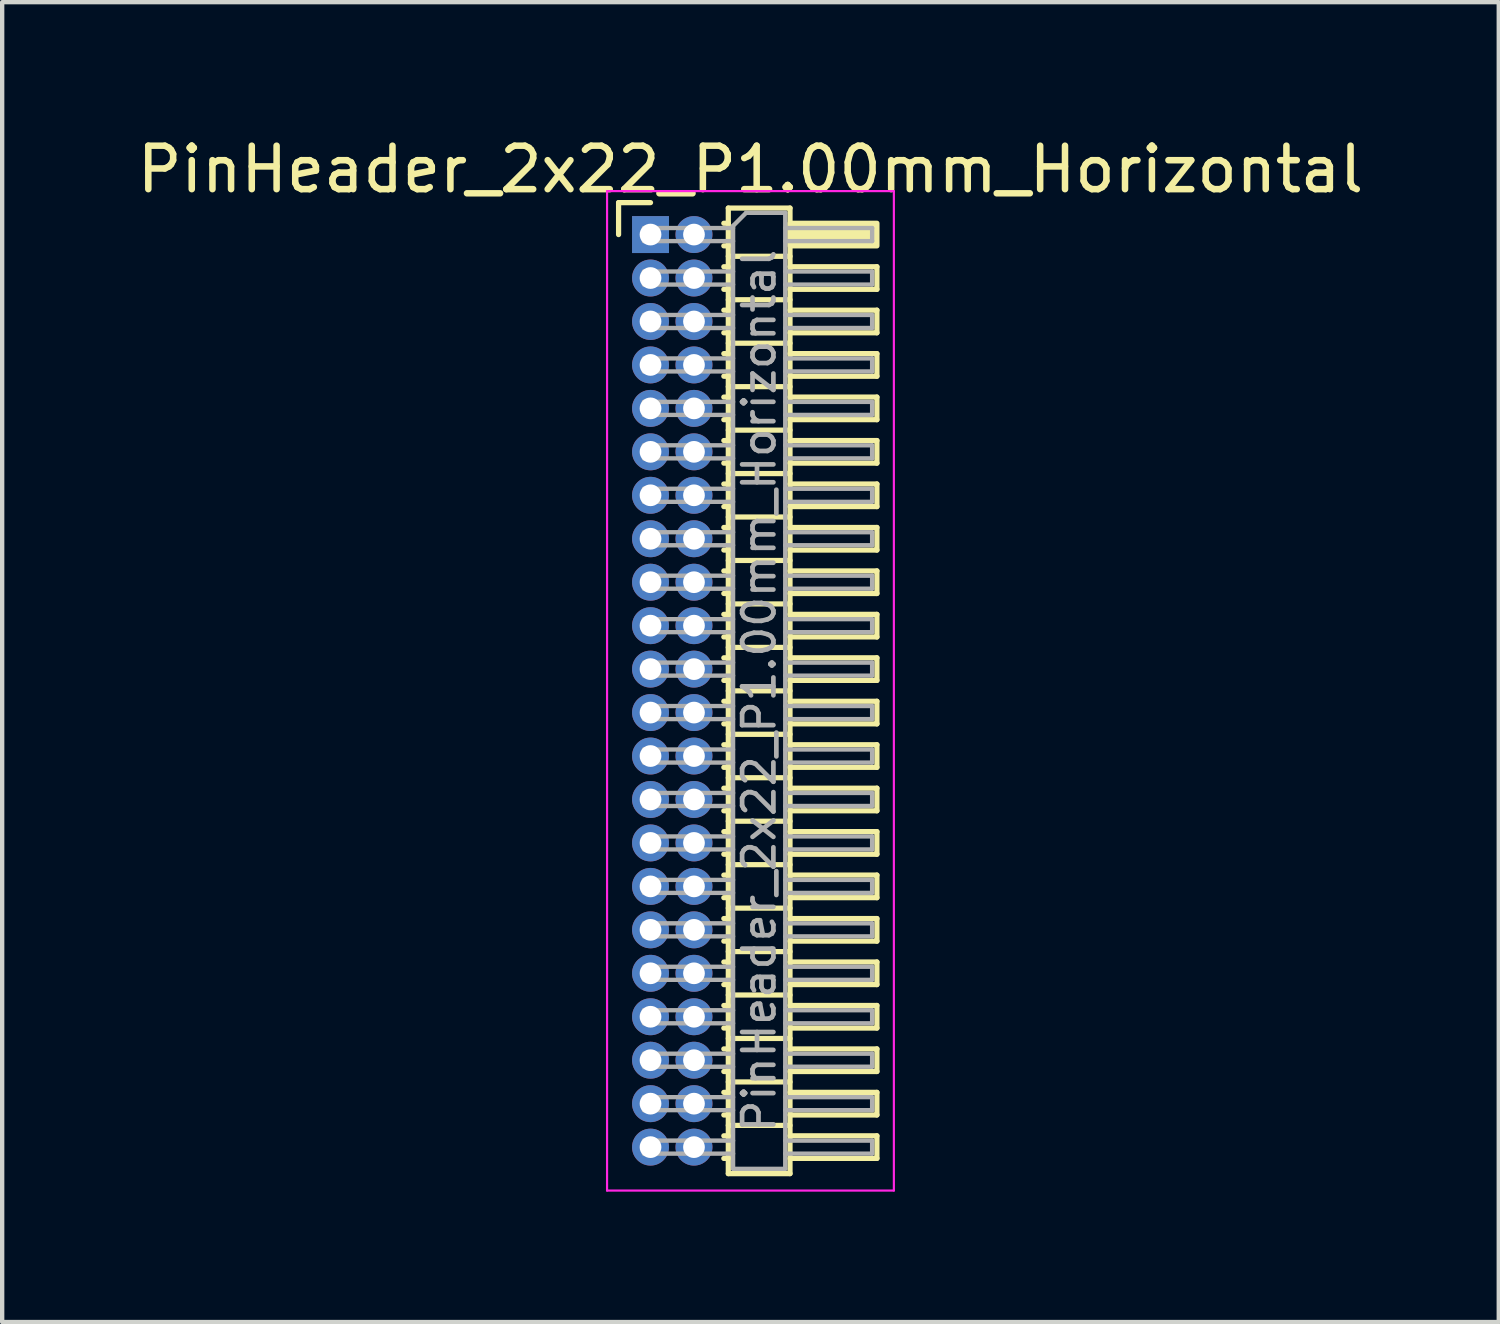
<source format=kicad_pcb>
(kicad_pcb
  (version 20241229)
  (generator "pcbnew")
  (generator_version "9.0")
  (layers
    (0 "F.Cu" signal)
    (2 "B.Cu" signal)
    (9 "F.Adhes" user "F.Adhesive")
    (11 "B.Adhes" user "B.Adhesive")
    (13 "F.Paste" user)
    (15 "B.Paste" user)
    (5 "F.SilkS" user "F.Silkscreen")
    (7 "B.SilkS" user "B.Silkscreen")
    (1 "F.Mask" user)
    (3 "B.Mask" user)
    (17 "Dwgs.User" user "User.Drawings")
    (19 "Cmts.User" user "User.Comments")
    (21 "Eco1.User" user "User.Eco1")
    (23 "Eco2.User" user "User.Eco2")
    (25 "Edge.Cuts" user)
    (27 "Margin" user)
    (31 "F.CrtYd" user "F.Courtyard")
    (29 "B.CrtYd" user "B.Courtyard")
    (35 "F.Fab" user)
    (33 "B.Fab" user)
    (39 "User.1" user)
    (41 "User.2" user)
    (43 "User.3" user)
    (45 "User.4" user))
  (footprint "PinHeader_2x22_P1.00mm_Horizontal"
    (layer "F.Cu")
    (at 11.92 2.348)
    (property "Reference" "PinHeader_2x22_P1.00mm_Horizontal" (at 2.3 -1.5 0) (layer "F.SilkS") (effects (font (size 1 1) (thickness 0.15))))
    (attr through_hole)
    (fp_line (start -0.735 -0.735) (end 0 -0.735) (stroke (width 0.12) (type solid)) (layer "F.SilkS"))
    (fp_line (start -0.735 0) (end -0.735 -0.735) (stroke (width 0.12) (type solid)) (layer "F.SilkS"))
    (fp_line (start 1.687 -0.26) (end 1.79 -0.26) (stroke (width 0.12) (type solid)) (layer "F.SilkS"))
    (fp_line (start 1.687 0.26) (end 1.79 0.26) (stroke (width 0.12) (type solid)) (layer "F.SilkS"))
    (fp_line (start 1.687 0.74) (end 1.79 0.74) (stroke (width 0.12) (type solid)) (layer "F.SilkS"))
    (fp_line (start 1.687 1.26) (end 1.79 1.26) (stroke (width 0.12) (type solid)) (layer "F.SilkS"))
    (fp_line (start 1.687 1.74) (end 1.79 1.74) (stroke (width 0.12) (type solid)) (layer "F.SilkS"))
    (fp_line (start 1.687 2.26) (end 1.79 2.26) (stroke (width 0.12) (type solid)) (layer "F.SilkS"))
    (fp_line (start 1.687 2.74) (end 1.79 2.74) (stroke (width 0.12) (type solid)) (layer "F.SilkS"))
    (fp_line (start 1.687 3.26) (end 1.79 3.26) (stroke (width 0.12) (type solid)) (layer "F.SilkS"))
    (fp_line (start 1.687 3.74) (end 1.79 3.74) (stroke (width 0.12) (type solid)) (layer "F.SilkS"))
    (fp_line (start 1.687 4.26) (end 1.79 4.26) (stroke (width 0.12) (type solid)) (layer "F.SilkS"))
    (fp_line (start 1.687 4.74) (end 1.79 4.74) (stroke (width 0.12) (type solid)) (layer "F.SilkS"))
    (fp_line (start 1.687 5.26) (end 1.79 5.26) (stroke (width 0.12) (type solid)) (layer "F.SilkS"))
    (fp_line (start 1.687 5.74) (end 1.79 5.74) (stroke (width 0.12) (type solid)) (layer "F.SilkS"))
    (fp_line (start 1.687 6.26) (end 1.79 6.26) (stroke (width 0.12) (type solid)) (layer "F.SilkS"))
    (fp_line (start 1.687 6.74) (end 1.79 6.74) (stroke (width 0.12) (type solid)) (layer "F.SilkS"))
    (fp_line (start 1.687 7.26) (end 1.79 7.26) (stroke (width 0.12) (type solid)) (layer "F.SilkS"))
    (fp_line (start 1.687 7.74) (end 1.79 7.74) (stroke (width 0.12) (type solid)) (layer "F.SilkS"))
    (fp_line (start 1.687 8.26) (end 1.79 8.26) (stroke (width 0.12) (type solid)) (layer "F.SilkS"))
    (fp_line (start 1.687 8.74) (end 1.79 8.74) (stroke (width 0.12) (type solid)) (layer "F.SilkS"))
    (fp_line (start 1.687 9.26) (end 1.79 9.26) (stroke (width 0.12) (type solid)) (layer "F.SilkS"))
    (fp_line (start 1.687 9.74) (end 1.79 9.74) (stroke (width 0.12) (type solid)) (layer "F.SilkS"))
    (fp_line (start 1.687 10.26) (end 1.79 10.26) (stroke (width 0.12) (type solid)) (layer "F.SilkS"))
    (fp_line (start 1.687 10.74) (end 1.79 10.74) (stroke (width 0.12) (type solid)) (layer "F.SilkS"))
    (fp_line (start 1.687 11.26) (end 1.79 11.26) (stroke (width 0.12) (type solid)) (layer "F.SilkS"))
    (fp_line (start 1.687 11.74) (end 1.79 11.74) (stroke (width 0.12) (type solid)) (layer "F.SilkS"))
    (fp_line (start 1.687 12.26) (end 1.79 12.26) (stroke (width 0.12) (type solid)) (layer "F.SilkS"))
    (fp_line (start 1.687 12.74) (end 1.79 12.74) (stroke (width 0.12) (type solid)) (layer "F.SilkS"))
    (fp_line (start 1.687 13.26) (end 1.79 13.26) (stroke (width 0.12) (type solid)) (layer "F.SilkS"))
    (fp_line (start 1.687 13.74) (end 1.79 13.74) (stroke (width 0.12) (type solid)) (layer "F.SilkS"))
    (fp_line (start 1.687 14.26) (end 1.79 14.26) (stroke (width 0.12) (type solid)) (layer "F.SilkS"))
    (fp_line (start 1.687 14.74) (end 1.79 14.74) (stroke (width 0.12) (type solid)) (layer "F.SilkS"))
    (fp_line (start 1.687 15.26) (end 1.79 15.26) (stroke (width 0.12) (type solid)) (layer "F.SilkS"))
    (fp_line (start 1.687 15.74) (end 1.79 15.74) (stroke (width 0.12) (type solid)) (layer "F.SilkS"))
    (fp_line (start 1.687 16.26) (end 1.79 16.26) (stroke (width 0.12) (type solid)) (layer "F.SilkS"))
    (fp_line (start 1.687 16.74) (end 1.79 16.74) (stroke (width 0.12) (type solid)) (layer "F.SilkS"))
    (fp_line (start 1.687 17.26) (end 1.79 17.26) (stroke (width 0.12) (type solid)) (layer "F.SilkS"))
    (fp_line (start 1.687 17.74) (end 1.79 17.74) (stroke (width 0.12) (type solid)) (layer "F.SilkS"))
    (fp_line (start 1.687 18.26) (end 1.79 18.26) (stroke (width 0.12) (type solid)) (layer "F.SilkS"))
    (fp_line (start 1.687 18.74) (end 1.79 18.74) (stroke (width 0.12) (type solid)) (layer "F.SilkS"))
    (fp_line (start 1.687 19.26) (end 1.79 19.26) (stroke (width 0.12) (type solid)) (layer "F.SilkS"))
    (fp_line (start 1.687 19.74) (end 1.79 19.74) (stroke (width 0.12) (type solid)) (layer "F.SilkS"))
    (fp_line (start 1.687 20.26) (end 1.79 20.26) (stroke (width 0.12) (type solid)) (layer "F.SilkS"))
    (fp_line (start 1.687 20.74) (end 1.79 20.74) (stroke (width 0.12) (type solid)) (layer "F.SilkS"))
    (fp_line (start 1.687 21.26) (end 1.79 21.26) (stroke (width 0.12) (type solid)) (layer "F.SilkS"))
    (fp_line (start 1.79 -0.61) (end 1.79 21.61) (stroke (width 0.12) (type solid)) (layer "F.SilkS"))
    (fp_line (start 1.79 0.5) (end 3.21 0.5) (stroke (width 0.12) (type solid)) (layer "F.SilkS"))
    (fp_line (start 1.79 1.5) (end 3.21 1.5) (stroke (width 0.12) (type solid)) (layer "F.SilkS"))
    (fp_line (start 1.79 2.5) (end 3.21 2.5) (stroke (width 0.12) (type solid)) (layer "F.SilkS"))
    (fp_line (start 1.79 3.5) (end 3.21 3.5) (stroke (width 0.12) (type solid)) (layer "F.SilkS"))
    (fp_line (start 1.79 4.5) (end 3.21 4.5) (stroke (width 0.12) (type solid)) (layer "F.SilkS"))
    (fp_line (start 1.79 5.5) (end 3.21 5.5) (stroke (width 0.12) (type solid)) (layer "F.SilkS"))
    (fp_line (start 1.79 6.5) (end 3.21 6.5) (stroke (width 0.12) (type solid)) (layer "F.SilkS"))
    (fp_line (start 1.79 7.5) (end 3.21 7.5) (stroke (width 0.12) (type solid)) (layer "F.SilkS"))
    (fp_line (start 1.79 8.5) (end 3.21 8.5) (stroke (width 0.12) (type solid)) (layer "F.SilkS"))
    (fp_line (start 1.79 9.5) (end 3.21 9.5) (stroke (width 0.12) (type solid)) (layer "F.SilkS"))
    (fp_line (start 1.79 10.5) (end 3.21 10.5) (stroke (width 0.12) (type solid)) (layer "F.SilkS"))
    (fp_line (start 1.79 11.5) (end 3.21 11.5) (stroke (width 0.12) (type solid)) (layer "F.SilkS"))
    (fp_line (start 1.79 12.5) (end 3.21 12.5) (stroke (width 0.12) (type solid)) (layer "F.SilkS"))
    (fp_line (start 1.79 13.5) (end 3.21 13.5) (stroke (width 0.12) (type solid)) (layer "F.SilkS"))
    (fp_line (start 1.79 14.5) (end 3.21 14.5) (stroke (width 0.12) (type solid)) (layer "F.SilkS"))
    (fp_line (start 1.79 15.5) (end 3.21 15.5) (stroke (width 0.12) (type solid)) (layer "F.SilkS"))
    (fp_line (start 1.79 16.5) (end 3.21 16.5) (stroke (width 0.12) (type solid)) (layer "F.SilkS"))
    (fp_line (start 1.79 17.5) (end 3.21 17.5) (stroke (width 0.12) (type solid)) (layer "F.SilkS"))
    (fp_line (start 1.79 18.5) (end 3.21 18.5) (stroke (width 0.12) (type solid)) (layer "F.SilkS"))
    (fp_line (start 1.79 19.5) (end 3.21 19.5) (stroke (width 0.12) (type solid)) (layer "F.SilkS"))
    (fp_line (start 1.79 20.5) (end 3.21 20.5) (stroke (width 0.12) (type solid)) (layer "F.SilkS"))
    (fp_line (start 1.79 21.61) (end 3.21 21.61) (stroke (width 0.12) (type solid)) (layer "F.SilkS"))
    (fp_line (start 3.21 -0.61) (end 1.79 -0.61) (stroke (width 0.12) (type solid)) (layer "F.SilkS"))
    (fp_line (start 3.21 0.74) (end 5.21 0.74) (stroke (width 0.12) (type solid)) (layer "F.SilkS"))
    (fp_line (start 3.21 1.74) (end 5.21 1.74) (stroke (width 0.12) (type solid)) (layer "F.SilkS"))
    (fp_line (start 3.21 2.74) (end 5.21 2.74) (stroke (width 0.12) (type solid)) (layer "F.SilkS"))
    (fp_line (start 3.21 3.74) (end 5.21 3.74) (stroke (width 0.12) (type solid)) (layer "F.SilkS"))
    (fp_line (start 3.21 4.74) (end 5.21 4.74) (stroke (width 0.12) (type solid)) (layer "F.SilkS"))
    (fp_line (start 3.21 5.74) (end 5.21 5.74) (stroke (width 0.12) (type solid)) (layer "F.SilkS"))
    (fp_line (start 3.21 6.74) (end 5.21 6.74) (stroke (width 0.12) (type solid)) (layer "F.SilkS"))
    (fp_line (start 3.21 7.74) (end 5.21 7.74) (stroke (width 0.12) (type solid)) (layer "F.SilkS"))
    (fp_line (start 3.21 8.74) (end 5.21 8.74) (stroke (width 0.12) (type solid)) (layer "F.SilkS"))
    (fp_line (start 3.21 9.74) (end 5.21 9.74) (stroke (width 0.12) (type solid)) (layer "F.SilkS"))
    (fp_line (start 3.21 10.74) (end 5.21 10.74) (stroke (width 0.12) (type solid)) (layer "F.SilkS"))
    (fp_line (start 3.21 11.74) (end 5.21 11.74) (stroke (width 0.12) (type solid)) (layer "F.SilkS"))
    (fp_line (start 3.21 12.74) (end 5.21 12.74) (stroke (width 0.12) (type solid)) (layer "F.SilkS"))
    (fp_line (start 3.21 13.74) (end 5.21 13.74) (stroke (width 0.12) (type solid)) (layer "F.SilkS"))
    (fp_line (start 3.21 14.74) (end 5.21 14.74) (stroke (width 0.12) (type solid)) (layer "F.SilkS"))
    (fp_line (start 3.21 15.74) (end 5.21 15.74) (stroke (width 0.12) (type solid)) (layer "F.SilkS"))
    (fp_line (start 3.21 16.74) (end 5.21 16.74) (stroke (width 0.12) (type solid)) (layer "F.SilkS"))
    (fp_line (start 3.21 17.74) (end 5.21 17.74) (stroke (width 0.12) (type solid)) (layer "F.SilkS"))
    (fp_line (start 3.21 18.74) (end 5.21 18.74) (stroke (width 0.12) (type solid)) (layer "F.SilkS"))
    (fp_line (start 3.21 19.74) (end 5.21 19.74) (stroke (width 0.12) (type solid)) (layer "F.SilkS"))
    (fp_line (start 3.21 20.74) (end 5.21 20.74) (stroke (width 0.12) (type solid)) (layer "F.SilkS"))
    (fp_line (start 3.21 21.61) (end 3.21 -0.61) (stroke (width 0.12) (type solid)) (layer "F.SilkS"))
    (fp_line (start 5.21 0.74) (end 5.21 1.26) (stroke (width 0.12) (type solid)) (layer "F.SilkS"))
    (fp_line (start 5.21 1.26) (end 3.21 1.26) (stroke (width 0.12) (type solid)) (layer "F.SilkS"))
    (fp_line (start 5.21 1.74) (end 5.21 2.26) (stroke (width 0.12) (type solid)) (layer "F.SilkS"))
    (fp_line (start 5.21 2.26) (end 3.21 2.26) (stroke (width 0.12) (type solid)) (layer "F.SilkS"))
    (fp_line (start 5.21 2.74) (end 5.21 3.26) (stroke (width 0.12) (type solid)) (layer "F.SilkS"))
    (fp_line (start 5.21 3.26) (end 3.21 3.26) (stroke (width 0.12) (type solid)) (layer "F.SilkS"))
    (fp_line (start 5.21 3.74) (end 5.21 4.26) (stroke (width 0.12) (type solid)) (layer "F.SilkS"))
    (fp_line (start 5.21 4.26) (end 3.21 4.26) (stroke (width 0.12) (type solid)) (layer "F.SilkS"))
    (fp_line (start 5.21 4.74) (end 5.21 5.26) (stroke (width 0.12) (type solid)) (layer "F.SilkS"))
    (fp_line (start 5.21 5.26) (end 3.21 5.26) (stroke (width 0.12) (type solid)) (layer "F.SilkS"))
    (fp_line (start 5.21 5.74) (end 5.21 6.26) (stroke (width 0.12) (type solid)) (layer "F.SilkS"))
    (fp_line (start 5.21 6.26) (end 3.21 6.26) (stroke (width 0.12) (type solid)) (layer "F.SilkS"))
    (fp_line (start 5.21 6.74) (end 5.21 7.26) (stroke (width 0.12) (type solid)) (layer "F.SilkS"))
    (fp_line (start 5.21 7.26) (end 3.21 7.26) (stroke (width 0.12) (type solid)) (layer "F.SilkS"))
    (fp_line (start 5.21 7.74) (end 5.21 8.26) (stroke (width 0.12) (type solid)) (layer "F.SilkS"))
    (fp_line (start 5.21 8.26) (end 3.21 8.26) (stroke (width 0.12) (type solid)) (layer "F.SilkS"))
    (fp_line (start 5.21 8.74) (end 5.21 9.26) (stroke (width 0.12) (type solid)) (layer "F.SilkS"))
    (fp_line (start 5.21 9.26) (end 3.21 9.26) (stroke (width 0.12) (type solid)) (layer "F.SilkS"))
    (fp_line (start 5.21 9.74) (end 5.21 10.26) (stroke (width 0.12) (type solid)) (layer "F.SilkS"))
    (fp_line (start 5.21 10.26) (end 3.21 10.26) (stroke (width 0.12) (type solid)) (layer "F.SilkS"))
    (fp_line (start 5.21 10.74) (end 5.21 11.26) (stroke (width 0.12) (type solid)) (layer "F.SilkS"))
    (fp_line (start 5.21 11.26) (end 3.21 11.26) (stroke (width 0.12) (type solid)) (layer "F.SilkS"))
    (fp_line (start 5.21 11.74) (end 5.21 12.26) (stroke (width 0.12) (type solid)) (layer "F.SilkS"))
    (fp_line (start 5.21 12.26) (end 3.21 12.26) (stroke (width 0.12) (type solid)) (layer "F.SilkS"))
    (fp_line (start 5.21 12.74) (end 5.21 13.26) (stroke (width 0.12) (type solid)) (layer "F.SilkS"))
    (fp_line (start 5.21 13.26) (end 3.21 13.26) (stroke (width 0.12) (type solid)) (layer "F.SilkS"))
    (fp_line (start 5.21 13.74) (end 5.21 14.26) (stroke (width 0.12) (type solid)) (layer "F.SilkS"))
    (fp_line (start 5.21 14.26) (end 3.21 14.26) (stroke (width 0.12) (type solid)) (layer "F.SilkS"))
    (fp_line (start 5.21 14.74) (end 5.21 15.26) (stroke (width 0.12) (type solid)) (layer "F.SilkS"))
    (fp_line (start 5.21 15.26) (end 3.21 15.26) (stroke (width 0.12) (type solid)) (layer "F.SilkS"))
    (fp_line (start 5.21 15.74) (end 5.21 16.26) (stroke (width 0.12) (type solid)) (layer "F.SilkS"))
    (fp_line (start 5.21 16.26) (end 3.21 16.26) (stroke (width 0.12) (type solid)) (layer "F.SilkS"))
    (fp_line (start 5.21 16.74) (end 5.21 17.26) (stroke (width 0.12) (type solid)) (layer "F.SilkS"))
    (fp_line (start 5.21 17.26) (end 3.21 17.26) (stroke (width 0.12) (type solid)) (layer "F.SilkS"))
    (fp_line (start 5.21 17.74) (end 5.21 18.26) (stroke (width 0.12) (type solid)) (layer "F.SilkS"))
    (fp_line (start 5.21 18.26) (end 3.21 18.26) (stroke (width 0.12) (type solid)) (layer "F.SilkS"))
    (fp_line (start 5.21 18.74) (end 5.21 19.26) (stroke (width 0.12) (type solid)) (layer "F.SilkS"))
    (fp_line (start 5.21 19.26) (end 3.21 19.26) (stroke (width 0.12) (type solid)) (layer "F.SilkS"))
    (fp_line (start 5.21 19.74) (end 5.21 20.26) (stroke (width 0.12) (type solid)) (layer "F.SilkS"))
    (fp_line (start 5.21 20.26) (end 3.21 20.26) (stroke (width 0.12) (type solid)) (layer "F.SilkS"))
    (fp_line (start 5.21 20.74) (end 5.21 21.26) (stroke (width 0.12) (type solid)) (layer "F.SilkS"))
    (fp_line (start 5.21 21.26) (end 3.21 21.26) (stroke (width 0.12) (type solid)) (layer "F.SilkS"))
    (fp_rect (start 3.21 -0.26) (end 5.21 0.26) (stroke (width 0.12) (type solid)) (fill yes) (layer "F.SilkS"))
    (fp_line (start -1 -1) (end -1 22) (stroke (width 0.05) (type solid)) (layer "F.CrtYd"))
    (fp_line (start -1 22) (end 5.6 22) (stroke (width 0.05) (type solid)) (layer "F.CrtYd"))
    (fp_line (start 5.6 -1) (end -1 -1) (stroke (width 0.05) (type solid)) (layer "F.CrtYd"))
    (fp_line (start 5.6 22) (end 5.6 -1) (stroke (width 0.05) (type solid)) (layer "F.CrtYd"))
    (fp_line (start -0.15 -0.15) (end -0.15 0.15) (stroke (width 0.1) (type solid)) (layer "F.Fab"))
    (fp_line (start -0.15 -0.15) (end 1.9 -0.15) (stroke (width 0.1) (type solid)) (layer "F.Fab"))
    (fp_line (start -0.15 0.15) (end 1.9 0.15) (stroke (width 0.1) (type solid)) (layer "F.Fab"))
    (fp_line (start -0.15 0.85) (end -0.15 1.15) (stroke (width 0.1) (type solid)) (layer "F.Fab"))
    (fp_line (start -0.15 0.85) (end 1.9 0.85) (stroke (width 0.1) (type solid)) (layer "F.Fab"))
    (fp_line (start -0.15 1.15) (end 1.9 1.15) (stroke (width 0.1) (type solid)) (layer "F.Fab"))
    (fp_line (start -0.15 1.85) (end -0.15 2.15) (stroke (width 0.1) (type solid)) (layer "F.Fab"))
    (fp_line (start -0.15 1.85) (end 1.9 1.85) (stroke (width 0.1) (type solid)) (layer "F.Fab"))
    (fp_line (start -0.15 2.15) (end 1.9 2.15) (stroke (width 0.1) (type solid)) (layer "F.Fab"))
    (fp_line (start -0.15 2.85) (end -0.15 3.15) (stroke (width 0.1) (type solid)) (layer "F.Fab"))
    (fp_line (start -0.15 2.85) (end 1.9 2.85) (stroke (width 0.1) (type solid)) (layer "F.Fab"))
    (fp_line (start -0.15 3.15) (end 1.9 3.15) (stroke (width 0.1) (type solid)) (layer "F.Fab"))
    (fp_line (start -0.15 3.85) (end -0.15 4.15) (stroke (width 0.1) (type solid)) (layer "F.Fab"))
    (fp_line (start -0.15 3.85) (end 1.9 3.85) (stroke (width 0.1) (type solid)) (layer "F.Fab"))
    (fp_line (start -0.15 4.15) (end 1.9 4.15) (stroke (width 0.1) (type solid)) (layer "F.Fab"))
    (fp_line (start -0.15 4.85) (end -0.15 5.15) (stroke (width 0.1) (type solid)) (layer "F.Fab"))
    (fp_line (start -0.15 4.85) (end 1.9 4.85) (stroke (width 0.1) (type solid)) (layer "F.Fab"))
    (fp_line (start -0.15 5.15) (end 1.9 5.15) (stroke (width 0.1) (type solid)) (layer "F.Fab"))
    (fp_line (start -0.15 5.85) (end -0.15 6.15) (stroke (width 0.1) (type solid)) (layer "F.Fab"))
    (fp_line (start -0.15 5.85) (end 1.9 5.85) (stroke (width 0.1) (type solid)) (layer "F.Fab"))
    (fp_line (start -0.15 6.15) (end 1.9 6.15) (stroke (width 0.1) (type solid)) (layer "F.Fab"))
    (fp_line (start -0.15 6.85) (end -0.15 7.15) (stroke (width 0.1) (type solid)) (layer "F.Fab"))
    (fp_line (start -0.15 6.85) (end 1.9 6.85) (stroke (width 0.1) (type solid)) (layer "F.Fab"))
    (fp_line (start -0.15 7.15) (end 1.9 7.15) (stroke (width 0.1) (type solid)) (layer "F.Fab"))
    (fp_line (start -0.15 7.85) (end -0.15 8.15) (stroke (width 0.1) (type solid)) (layer "F.Fab"))
    (fp_line (start -0.15 7.85) (end 1.9 7.85) (stroke (width 0.1) (type solid)) (layer "F.Fab"))
    (fp_line (start -0.15 8.15) (end 1.9 8.15) (stroke (width 0.1) (type solid)) (layer "F.Fab"))
    (fp_line (start -0.15 8.85) (end -0.15 9.15) (stroke (width 0.1) (type solid)) (layer "F.Fab"))
    (fp_line (start -0.15 8.85) (end 1.9 8.85) (stroke (width 0.1) (type solid)) (layer "F.Fab"))
    (fp_line (start -0.15 9.15) (end 1.9 9.15) (stroke (width 0.1) (type solid)) (layer "F.Fab"))
    (fp_line (start -0.15 9.85) (end -0.15 10.15) (stroke (width 0.1) (type solid)) (layer "F.Fab"))
    (fp_line (start -0.15 9.85) (end 1.9 9.85) (stroke (width 0.1) (type solid)) (layer "F.Fab"))
    (fp_line (start -0.15 10.15) (end 1.9 10.15) (stroke (width 0.1) (type solid)) (layer "F.Fab"))
    (fp_line (start -0.15 10.85) (end -0.15 11.15) (stroke (width 0.1) (type solid)) (layer "F.Fab"))
    (fp_line (start -0.15 10.85) (end 1.9 10.85) (stroke (width 0.1) (type solid)) (layer "F.Fab"))
    (fp_line (start -0.15 11.15) (end 1.9 11.15) (stroke (width 0.1) (type solid)) (layer "F.Fab"))
    (fp_line (start -0.15 11.85) (end -0.15 12.15) (stroke (width 0.1) (type solid)) (layer "F.Fab"))
    (fp_line (start -0.15 11.85) (end 1.9 11.85) (stroke (width 0.1) (type solid)) (layer "F.Fab"))
    (fp_line (start -0.15 12.15) (end 1.9 12.15) (stroke (width 0.1) (type solid)) (layer "F.Fab"))
    (fp_line (start -0.15 12.85) (end -0.15 13.15) (stroke (width 0.1) (type solid)) (layer "F.Fab"))
    (fp_line (start -0.15 12.85) (end 1.9 12.85) (stroke (width 0.1) (type solid)) (layer "F.Fab"))
    (fp_line (start -0.15 13.15) (end 1.9 13.15) (stroke (width 0.1) (type solid)) (layer "F.Fab"))
    (fp_line (start -0.15 13.85) (end -0.15 14.15) (stroke (width 0.1) (type solid)) (layer "F.Fab"))
    (fp_line (start -0.15 13.85) (end 1.9 13.85) (stroke (width 0.1) (type solid)) (layer "F.Fab"))
    (fp_line (start -0.15 14.15) (end 1.9 14.15) (stroke (width 0.1) (type solid)) (layer "F.Fab"))
    (fp_line (start -0.15 14.85) (end -0.15 15.15) (stroke (width 0.1) (type solid)) (layer "F.Fab"))
    (fp_line (start -0.15 14.85) (end 1.9 14.85) (stroke (width 0.1) (type solid)) (layer "F.Fab"))
    (fp_line (start -0.15 15.15) (end 1.9 15.15) (stroke (width 0.1) (type solid)) (layer "F.Fab"))
    (fp_line (start -0.15 15.85) (end -0.15 16.15) (stroke (width 0.1) (type solid)) (layer "F.Fab"))
    (fp_line (start -0.15 15.85) (end 1.9 15.85) (stroke (width 0.1) (type solid)) (layer "F.Fab"))
    (fp_line (start -0.15 16.15) (end 1.9 16.15) (stroke (width 0.1) (type solid)) (layer "F.Fab"))
    (fp_line (start -0.15 16.85) (end -0.15 17.15) (stroke (width 0.1) (type solid)) (layer "F.Fab"))
    (fp_line (start -0.15 16.85) (end 1.9 16.85) (stroke (width 0.1) (type solid)) (layer "F.Fab"))
    (fp_line (start -0.15 17.15) (end 1.9 17.15) (stroke (width 0.1) (type solid)) (layer "F.Fab"))
    (fp_line (start -0.15 17.85) (end -0.15 18.15) (stroke (width 0.1) (type solid)) (layer "F.Fab"))
    (fp_line (start -0.15 17.85) (end 1.9 17.85) (stroke (width 0.1) (type solid)) (layer "F.Fab"))
    (fp_line (start -0.15 18.15) (end 1.9 18.15) (stroke (width 0.1) (type solid)) (layer "F.Fab"))
    (fp_line (start -0.15 18.85) (end -0.15 19.15) (stroke (width 0.1) (type solid)) (layer "F.Fab"))
    (fp_line (start -0.15 18.85) (end 1.9 18.85) (stroke (width 0.1) (type solid)) (layer "F.Fab"))
    (fp_line (start -0.15 19.15) (end 1.9 19.15) (stroke (width 0.1) (type solid)) (layer "F.Fab"))
    (fp_line (start -0.15 19.85) (end -0.15 20.15) (stroke (width 0.1) (type solid)) (layer "F.Fab"))
    (fp_line (start -0.15 19.85) (end 1.9 19.85) (stroke (width 0.1) (type solid)) (layer "F.Fab"))
    (fp_line (start -0.15 20.15) (end 1.9 20.15) (stroke (width 0.1) (type solid)) (layer "F.Fab"))
    (fp_line (start -0.15 20.85) (end -0.15 21.15) (stroke (width 0.1) (type solid)) (layer "F.Fab"))
    (fp_line (start -0.15 20.85) (end 1.9 20.85) (stroke (width 0.1) (type solid)) (layer "F.Fab"))
    (fp_line (start -0.15 21.15) (end 1.9 21.15) (stroke (width 0.1) (type solid)) (layer "F.Fab"))
    (fp_line (start 1.9 -0.2) (end 2.2 -0.5) (stroke (width 0.1) (type solid)) (layer "F.Fab"))
    (fp_line (start 1.9 21.5) (end 1.9 -0.2) (stroke (width 0.1) (type solid)) (layer "F.Fab"))
    (fp_line (start 2.2 -0.5) (end 3.1 -0.5) (stroke (width 0.1) (type solid)) (layer "F.Fab"))
    (fp_line (start 3.1 -0.5) (end 3.1 21.5) (stroke (width 0.1) (type solid)) (layer "F.Fab"))
    (fp_line (start 3.1 -0.15) (end 5.1 -0.15) (stroke (width 0.1) (type solid)) (layer "F.Fab"))
    (fp_line (start 3.1 0.15) (end 5.1 0.15) (stroke (width 0.1) (type solid)) (layer "F.Fab"))
    (fp_line (start 3.1 0.85) (end 5.1 0.85) (stroke (width 0.1) (type solid)) (layer "F.Fab"))
    (fp_line (start 3.1 1.15) (end 5.1 1.15) (stroke (width 0.1) (type solid)) (layer "F.Fab"))
    (fp_line (start 3.1 1.85) (end 5.1 1.85) (stroke (width 0.1) (type solid)) (layer "F.Fab"))
    (fp_line (start 3.1 2.15) (end 5.1 2.15) (stroke (width 0.1) (type solid)) (layer "F.Fab"))
    (fp_line (start 3.1 2.85) (end 5.1 2.85) (stroke (width 0.1) (type solid)) (layer "F.Fab"))
    (fp_line (start 3.1 3.15) (end 5.1 3.15) (stroke (width 0.1) (type solid)) (layer "F.Fab"))
    (fp_line (start 3.1 3.85) (end 5.1 3.85) (stroke (width 0.1) (type solid)) (layer "F.Fab"))
    (fp_line (start 3.1 4.15) (end 5.1 4.15) (stroke (width 0.1) (type solid)) (layer "F.Fab"))
    (fp_line (start 3.1 4.85) (end 5.1 4.85) (stroke (width 0.1) (type solid)) (layer "F.Fab"))
    (fp_line (start 3.1 5.15) (end 5.1 5.15) (stroke (width 0.1) (type solid)) (layer "F.Fab"))
    (fp_line (start 3.1 5.85) (end 5.1 5.85) (stroke (width 0.1) (type solid)) (layer "F.Fab"))
    (fp_line (start 3.1 6.15) (end 5.1 6.15) (stroke (width 0.1) (type solid)) (layer "F.Fab"))
    (fp_line (start 3.1 6.85) (end 5.1 6.85) (stroke (width 0.1) (type solid)) (layer "F.Fab"))
    (fp_line (start 3.1 7.15) (end 5.1 7.15) (stroke (width 0.1) (type solid)) (layer "F.Fab"))
    (fp_line (start 3.1 7.85) (end 5.1 7.85) (stroke (width 0.1) (type solid)) (layer "F.Fab"))
    (fp_line (start 3.1 8.15) (end 5.1 8.15) (stroke (width 0.1) (type solid)) (layer "F.Fab"))
    (fp_line (start 3.1 8.85) (end 5.1 8.85) (stroke (width 0.1) (type solid)) (layer "F.Fab"))
    (fp_line (start 3.1 9.15) (end 5.1 9.15) (stroke (width 0.1) (type solid)) (layer "F.Fab"))
    (fp_line (start 3.1 9.85) (end 5.1 9.85) (stroke (width 0.1) (type solid)) (layer "F.Fab"))
    (fp_line (start 3.1 10.15) (end 5.1 10.15) (stroke (width 0.1) (type solid)) (layer "F.Fab"))
    (fp_line (start 3.1 10.85) (end 5.1 10.85) (stroke (width 0.1) (type solid)) (layer "F.Fab"))
    (fp_line (start 3.1 11.15) (end 5.1 11.15) (stroke (width 0.1) (type solid)) (layer "F.Fab"))
    (fp_line (start 3.1 11.85) (end 5.1 11.85) (stroke (width 0.1) (type solid)) (layer "F.Fab"))
    (fp_line (start 3.1 12.15) (end 5.1 12.15) (stroke (width 0.1) (type solid)) (layer "F.Fab"))
    (fp_line (start 3.1 12.85) (end 5.1 12.85) (stroke (width 0.1) (type solid)) (layer "F.Fab"))
    (fp_line (start 3.1 13.15) (end 5.1 13.15) (stroke (width 0.1) (type solid)) (layer "F.Fab"))
    (fp_line (start 3.1 13.85) (end 5.1 13.85) (stroke (width 0.1) (type solid)) (layer "F.Fab"))
    (fp_line (start 3.1 14.15) (end 5.1 14.15) (stroke (width 0.1) (type solid)) (layer "F.Fab"))
    (fp_line (start 3.1 14.85) (end 5.1 14.85) (stroke (width 0.1) (type solid)) (layer "F.Fab"))
    (fp_line (start 3.1 15.15) (end 5.1 15.15) (stroke (width 0.1) (type solid)) (layer "F.Fab"))
    (fp_line (start 3.1 15.85) (end 5.1 15.85) (stroke (width 0.1) (type solid)) (layer "F.Fab"))
    (fp_line (start 3.1 16.15) (end 5.1 16.15) (stroke (width 0.1) (type solid)) (layer "F.Fab"))
    (fp_line (start 3.1 16.85) (end 5.1 16.85) (stroke (width 0.1) (type solid)) (layer "F.Fab"))
    (fp_line (start 3.1 17.15) (end 5.1 17.15) (stroke (width 0.1) (type solid)) (layer "F.Fab"))
    (fp_line (start 3.1 17.85) (end 5.1 17.85) (stroke (width 0.1) (type solid)) (layer "F.Fab"))
    (fp_line (start 3.1 18.15) (end 5.1 18.15) (stroke (width 0.1) (type solid)) (layer "F.Fab"))
    (fp_line (start 3.1 18.85) (end 5.1 18.85) (stroke (width 0.1) (type solid)) (layer "F.Fab"))
    (fp_line (start 3.1 19.15) (end 5.1 19.15) (stroke (width 0.1) (type solid)) (layer "F.Fab"))
    (fp_line (start 3.1 19.85) (end 5.1 19.85) (stroke (width 0.1) (type solid)) (layer "F.Fab"))
    (fp_line (start 3.1 20.15) (end 5.1 20.15) (stroke (width 0.1) (type solid)) (layer "F.Fab"))
    (fp_line (start 3.1 20.85) (end 5.1 20.85) (stroke (width 0.1) (type solid)) (layer "F.Fab"))
    (fp_line (start 3.1 21.15) (end 5.1 21.15) (stroke (width 0.1) (type solid)) (layer "F.Fab"))
    (fp_line (start 3.1 21.5) (end 1.9 21.5) (stroke (width 0.1) (type solid)) (layer "F.Fab"))
    (fp_line (start 5.1 -0.15) (end 5.1 0.15) (stroke (width 0.1) (type solid)) (layer "F.Fab"))
    (fp_line (start 5.1 0.85) (end 5.1 1.15) (stroke (width 0.1) (type solid)) (layer "F.Fab"))
    (fp_line (start 5.1 1.85) (end 5.1 2.15) (stroke (width 0.1) (type solid)) (layer "F.Fab"))
    (fp_line (start 5.1 2.85) (end 5.1 3.15) (stroke (width 0.1) (type solid)) (layer "F.Fab"))
    (fp_line (start 5.1 3.85) (end 5.1 4.15) (stroke (width 0.1) (type solid)) (layer "F.Fab"))
    (fp_line (start 5.1 4.85) (end 5.1 5.15) (stroke (width 0.1) (type solid)) (layer "F.Fab"))
    (fp_line (start 5.1 5.85) (end 5.1 6.15) (stroke (width 0.1) (type solid)) (layer "F.Fab"))
    (fp_line (start 5.1 6.85) (end 5.1 7.15) (stroke (width 0.1) (type solid)) (layer "F.Fab"))
    (fp_line (start 5.1 7.85) (end 5.1 8.15) (stroke (width 0.1) (type solid)) (layer "F.Fab"))
    (fp_line (start 5.1 8.85) (end 5.1 9.15) (stroke (width 0.1) (type solid)) (layer "F.Fab"))
    (fp_line (start 5.1 9.85) (end 5.1 10.15) (stroke (width 0.1) (type solid)) (layer "F.Fab"))
    (fp_line (start 5.1 10.85) (end 5.1 11.15) (stroke (width 0.1) (type solid)) (layer "F.Fab"))
    (fp_line (start 5.1 11.85) (end 5.1 12.15) (stroke (width 0.1) (type solid)) (layer "F.Fab"))
    (fp_line (start 5.1 12.85) (end 5.1 13.15) (stroke (width 0.1) (type solid)) (layer "F.Fab"))
    (fp_line (start 5.1 13.85) (end 5.1 14.15) (stroke (width 0.1) (type solid)) (layer "F.Fab"))
    (fp_line (start 5.1 14.85) (end 5.1 15.15) (stroke (width 0.1) (type solid)) (layer "F.Fab"))
    (fp_line (start 5.1 15.85) (end 5.1 16.15) (stroke (width 0.1) (type solid)) (layer "F.Fab"))
    (fp_line (start 5.1 16.85) (end 5.1 17.15) (stroke (width 0.1) (type solid)) (layer "F.Fab"))
    (fp_line (start 5.1 17.85) (end 5.1 18.15) (stroke (width 0.1) (type solid)) (layer "F.Fab"))
    (fp_line (start 5.1 18.85) (end 5.1 19.15) (stroke (width 0.1) (type solid)) (layer "F.Fab"))
    (fp_line (start 5.1 19.85) (end 5.1 20.15) (stroke (width 0.1) (type solid)) (layer "F.Fab"))
    (fp_line (start 5.1 20.85) (end 5.1 21.15) (stroke (width 0.1) (type solid)) (layer "F.Fab"))
    (fp_text user "${REFERENCE}" (at 2.5 10.5 90) (layer "F.Fab") (effects (font (size 0.72 0.72) (thickness 0.108))))
    (pad "1" thru_hole rect (at 0 0) (size 0.85 0.85) (drill 0.5) (layers "*.Cu" "*.Mask"))
    (pad "2" thru_hole circle (at 1 0) (size 0.85 0.85) (drill 0.5) (layers "*.Cu" "*.Mask"))
    (pad "3" thru_hole circle (at 0 1) (size 0.85 0.85) (drill 0.5) (layers "*.Cu" "*.Mask"))
    (pad "4" thru_hole circle (at 1 1) (size 0.85 0.85) (drill 0.5) (layers "*.Cu" "*.Mask"))
    (pad "5" thru_hole circle (at 0 2) (size 0.85 0.85) (drill 0.5) (layers "*.Cu" "*.Mask"))
    (pad "6" thru_hole circle (at 1 2) (size 0.85 0.85) (drill 0.5) (layers "*.Cu" "*.Mask"))
    (pad "7" thru_hole circle (at 0 3) (size 0.85 0.85) (drill 0.5) (layers "*.Cu" "*.Mask"))
    (pad "8" thru_hole circle (at 1 3) (size 0.85 0.85) (drill 0.5) (layers "*.Cu" "*.Mask"))
    (pad "9" thru_hole circle (at 0 4) (size 0.85 0.85) (drill 0.5) (layers "*.Cu" "*.Mask"))
    (pad "10" thru_hole circle (at 1 4) (size 0.85 0.85) (drill 0.5) (layers "*.Cu" "*.Mask"))
    (pad "11" thru_hole circle (at 0 5) (size 0.85 0.85) (drill 0.5) (layers "*.Cu" "*.Mask"))
    (pad "12" thru_hole circle (at 1 5) (size 0.85 0.85) (drill 0.5) (layers "*.Cu" "*.Mask"))
    (pad "13" thru_hole circle (at 0 6) (size 0.85 0.85) (drill 0.5) (layers "*.Cu" "*.Mask"))
    (pad "14" thru_hole circle (at 1 6) (size 0.85 0.85) (drill 0.5) (layers "*.Cu" "*.Mask"))
    (pad "15" thru_hole circle (at 0 7) (size 0.85 0.85) (drill 0.5) (layers "*.Cu" "*.Mask"))
    (pad "16" thru_hole circle (at 1 7) (size 0.85 0.85) (drill 0.5) (layers "*.Cu" "*.Mask"))
    (pad "17" thru_hole circle (at 0 8) (size 0.85 0.85) (drill 0.5) (layers "*.Cu" "*.Mask"))
    (pad "18" thru_hole circle (at 1 8) (size 0.85 0.85) (drill 0.5) (layers "*.Cu" "*.Mask"))
    (pad "19" thru_hole circle (at 0 9) (size 0.85 0.85) (drill 0.5) (layers "*.Cu" "*.Mask"))
    (pad "20" thru_hole circle (at 1 9) (size 0.85 0.85) (drill 0.5) (layers "*.Cu" "*.Mask"))
    (pad "21" thru_hole circle (at 0 10) (size 0.85 0.85) (drill 0.5) (layers "*.Cu" "*.Mask"))
    (pad "22" thru_hole circle (at 1 10) (size 0.85 0.85) (drill 0.5) (layers "*.Cu" "*.Mask"))
    (pad "23" thru_hole circle (at 0 11) (size 0.85 0.85) (drill 0.5) (layers "*.Cu" "*.Mask"))
    (pad "24" thru_hole circle (at 1 11) (size 0.85 0.85) (drill 0.5) (layers "*.Cu" "*.Mask"))
    (pad "25" thru_hole circle (at 0 12) (size 0.85 0.85) (drill 0.5) (layers "*.Cu" "*.Mask"))
    (pad "26" thru_hole circle (at 1 12) (size 0.85 0.85) (drill 0.5) (layers "*.Cu" "*.Mask"))
    (pad "27" thru_hole circle (at 0 13) (size 0.85 0.85) (drill 0.5) (layers "*.Cu" "*.Mask"))
    (pad "28" thru_hole circle (at 1 13) (size 0.85 0.85) (drill 0.5) (layers "*.Cu" "*.Mask"))
    (pad "29" thru_hole circle (at 0 14) (size 0.85 0.85) (drill 0.5) (layers "*.Cu" "*.Mask"))
    (pad "30" thru_hole circle (at 1 14) (size 0.85 0.85) (drill 0.5) (layers "*.Cu" "*.Mask"))
    (pad "31" thru_hole circle (at 0 15) (size 0.85 0.85) (drill 0.5) (layers "*.Cu" "*.Mask"))
    (pad "32" thru_hole circle (at 1 15) (size 0.85 0.85) (drill 0.5) (layers "*.Cu" "*.Mask"))
    (pad "33" thru_hole circle (at 0 16) (size 0.85 0.85) (drill 0.5) (layers "*.Cu" "*.Mask"))
    (pad "34" thru_hole circle (at 1 16) (size 0.85 0.85) (drill 0.5) (layers "*.Cu" "*.Mask"))
    (pad "35" thru_hole circle (at 0 17) (size 0.85 0.85) (drill 0.5) (layers "*.Cu" "*.Mask"))
    (pad "36" thru_hole circle (at 1 17) (size 0.85 0.85) (drill 0.5) (layers "*.Cu" "*.Mask"))
    (pad "37" thru_hole circle (at 0 18) (size 0.85 0.85) (drill 0.5) (layers "*.Cu" "*.Mask"))
    (pad "38" thru_hole circle (at 1 18) (size 0.85 0.85) (drill 0.5) (layers "*.Cu" "*.Mask"))
    (pad "39" thru_hole circle (at 0 19) (size 0.85 0.85) (drill 0.5) (layers "*.Cu" "*.Mask"))
    (pad "40" thru_hole circle (at 1 19) (size 0.85 0.85) (drill 0.5) (layers "*.Cu" "*.Mask"))
    (pad "41" thru_hole circle (at 0 20) (size 0.85 0.85) (drill 0.5) (layers "*.Cu" "*.Mask"))
    (pad "42" thru_hole circle (at 1 20) (size 0.85 0.85) (drill 0.5) (layers "*.Cu" "*.Mask"))
    (pad "43" thru_hole circle (at 0 21) (size 0.85 0.85) (drill 0.5) (layers "*.Cu" "*.Mask"))
    (pad "44" thru_hole circle (at 1 21) (size 0.85 0.85) (drill 0.5) (layers "*.Cu" "*.Mask")))
  (gr_rect
    (start -3 -3)
    (end 31.44 27.373)
    (stroke (width 0.1) (type default))
    (fill no)
    (layer "Edge.Cuts")))
</source>
